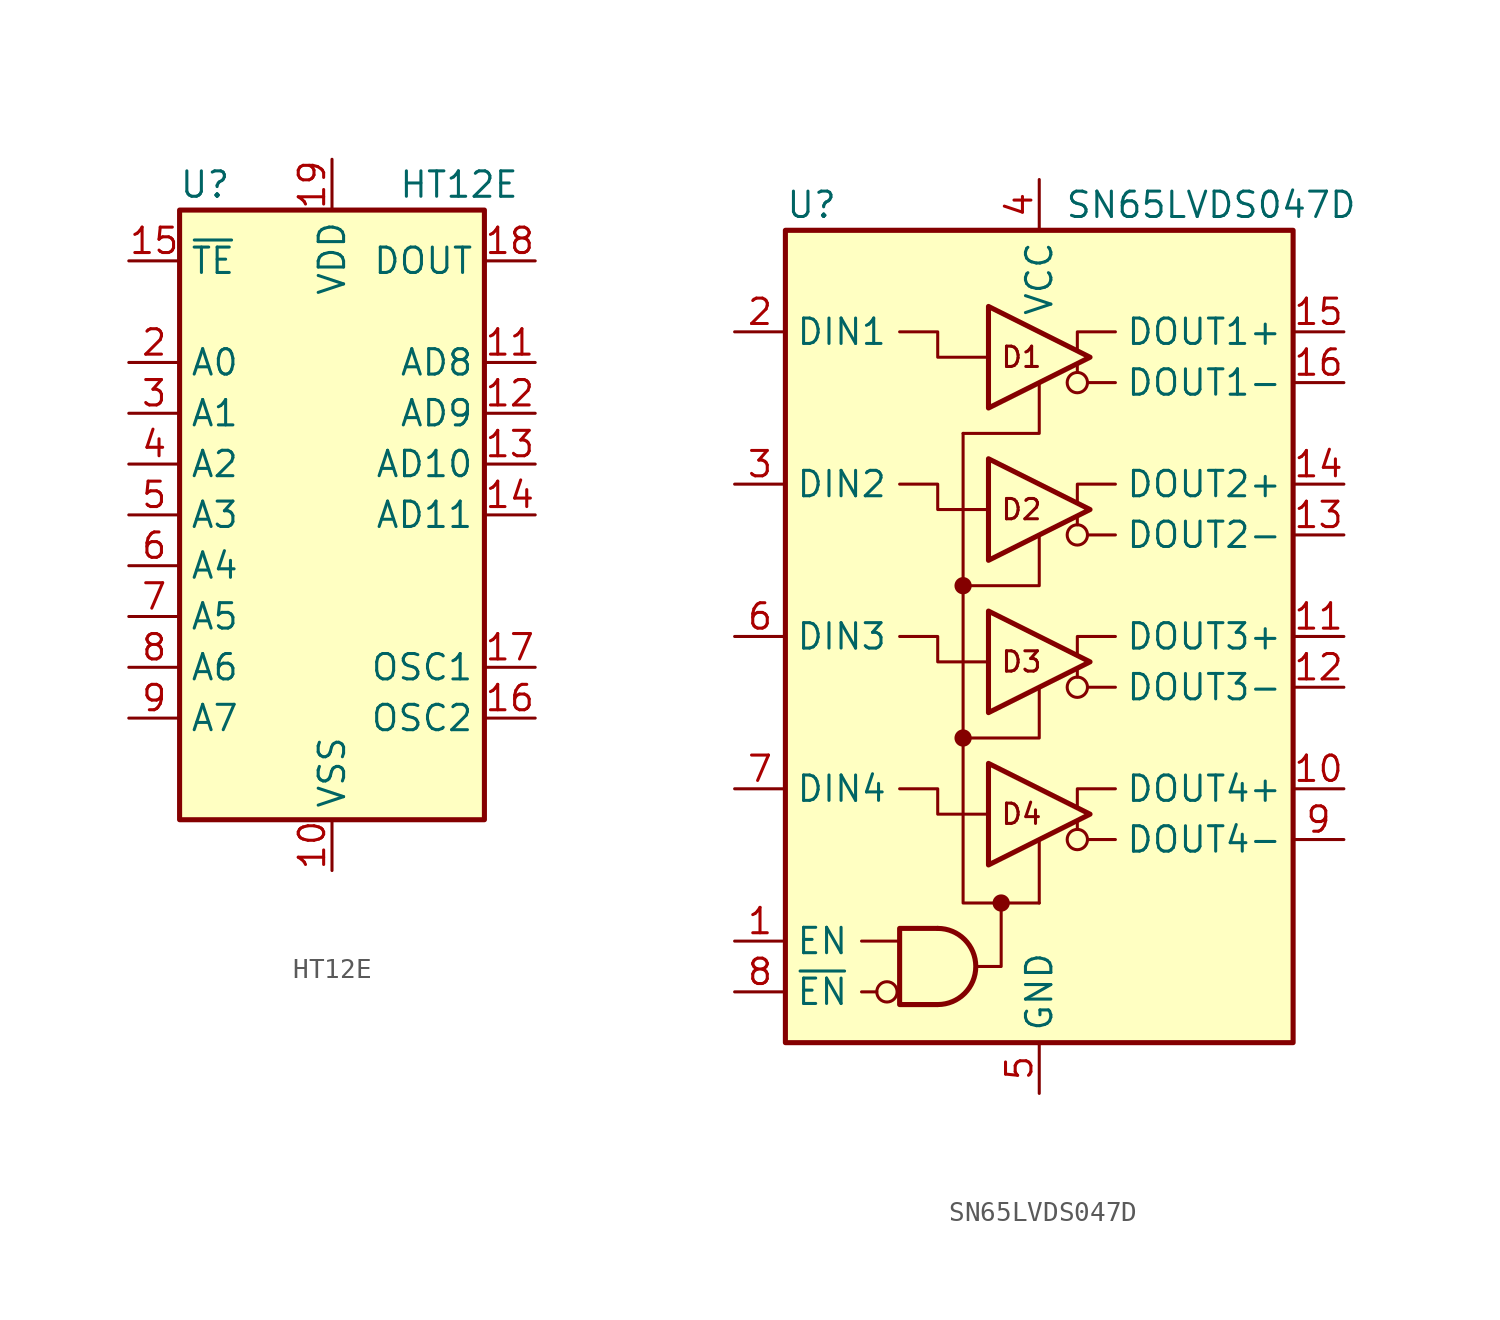
<source format=kicad_sym>
(kicad_symbol_lib
  (version 20200908)
  (generator kicad_symbol_editor)
  (symbol "Interface:HT12E"
    (property "Reference" "U"
      (at -6.35 16.51 0)
      (effects (font (size 1.27 1.27))))
    (property "Value" "HT12E"
      (at 6.35 16.51 0)
      (effects (font (size 1.27 1.27))))
    (symbol "HT12E_1_1"
      (rectangle (start -7.62 15.24) (end 7.62 -15.24) (stroke (width 0.254)) (fill (type background)))
      (pin unconnected line (at 7.62 -2.54 180) (length 2.54) hide (name "NC" (effects (font (size 1.27 1.27)))) (number "1" (effects (font (size 1.27 1.27)))))
      (pin power_in line (at 0 -17.78 90) (length 2.54) (name "VSS" (effects (font (size 1.27 1.27)))) (number "10" (effects (font (size 1.27 1.27)))))
      (pin output line (at 10.16 7.62 180) (length 2.54) (name "AD8" (effects (font (size 1.27 1.27)))) (number "11" (effects (font (size 1.27 1.27)))))
      (pin output line (at 10.16 5.08 180) (length 2.54) (name "AD9" (effects (font (size 1.27 1.27)))) (number "12" (effects (font (size 1.27 1.27)))))
      (pin output line (at 10.16 2.54 180) (length 2.54) (name "AD10" (effects (font (size 1.27 1.27)))) (number "13" (effects (font (size 1.27 1.27)))))
      (pin output line (at 10.16 0 180) (length 2.54) (name "AD11" (effects (font (size 1.27 1.27)))) (number "14" (effects (font (size 1.27 1.27)))))
      (pin input line (at -10.16 12.7 0) (length 2.54) (name "~TE" (effects (font (size 1.27 1.27)))) (number "15" (effects (font (size 1.27 1.27)))))
      (pin output line (at 10.16 -10.16 180) (length 2.54) (name "OSC2" (effects (font (size 1.27 1.27)))) (number "16" (effects (font (size 1.27 1.27)))))
      (pin input line (at 10.16 -7.62 180) (length 2.54) (name "OSC1" (effects (font (size 1.27 1.27)))) (number "17" (effects (font (size 1.27 1.27)))))
      (pin output line (at 10.16 12.7 180) (length 2.54) (name "DOUT" (effects (font (size 1.27 1.27)))) (number "18" (effects (font (size 1.27 1.27)))))
      (pin power_in line (at 0 17.78 270) (length 2.54) (name "VDD" (effects (font (size 1.27 1.27)))) (number "19" (effects (font (size 1.27 1.27)))))
      (pin input line (at -10.16 7.62 0) (length 2.54) (name "A0" (effects (font (size 1.27 1.27)))) (number "2" (effects (font (size 1.27 1.27)))))
      (pin unconnected line (at 7.62 -5.08 180) (length 2.54) hide (name "NC" (effects (font (size 1.27 1.27)))) (number "20" (effects (font (size 1.27 1.27)))))
      (pin input line (at -10.16 5.08 0) (length 2.54) (name "A1" (effects (font (size 1.27 1.27)))) (number "3" (effects (font (size 1.27 1.27)))))
      (pin input line (at -10.16 2.54 0) (length 2.54) (name "A2" (effects (font (size 1.27 1.27)))) (number "4" (effects (font (size 1.27 1.27)))))
      (pin input line (at -10.16 0 0) (length 2.54) (name "A3" (effects (font (size 1.27 1.27)))) (number "5" (effects (font (size 1.27 1.27)))))
      (pin input line (at -10.16 -2.54 0) (length 2.54) (name "A4" (effects (font (size 1.27 1.27)))) (number "6" (effects (font (size 1.27 1.27)))))
      (pin input line (at -10.16 -5.08 0) (length 2.54) (name "A5" (effects (font (size 1.27 1.27)))) (number "7" (effects (font (size 1.27 1.27)))))
      (pin input line (at -10.16 -7.62 0) (length 2.54) (name "A6" (effects (font (size 1.27 1.27)))) (number "8" (effects (font (size 1.27 1.27)))))
      (pin input line (at -10.16 -10.16 0) (length 2.54) (name "A7" (effects (font (size 1.27 1.27)))) (number "9" (effects (font (size 1.27 1.27)))))))
  (symbol "Interface:SN65LVDS047D"
    (property "Reference" "U"
      (at -12.7 21.59 0)
      (effects (font (size 1.27 1.27)) (justify left)))
    (property "Value" "SN65LVDS047D"
      (at 1.27 21.59 0)
      (effects (font (size 1.27 1.27)) (justify left)))
    (symbol "SN65LVDS047D_1_1"
      (arc (start -5.08 -18.415) (end -5.08 -14.605) (radius (at -5.08 -16.51) (length 1.905) (angles -89.9 89.9)) (stroke (width 0.254)) (fill (type none)))
      (polyline (pts (xy -8.89 -17.78) (xy -8.128 -17.78)) (stroke (width 0)) (fill (type none)))
      (polyline (pts (xy -8.89 -15.24) (xy -6.985 -15.24)) (stroke (width 0)) (fill (type none)))
      (polyline (pts (xy -5.08 -14.605) (xy -6.985 -14.605) (xy -6.985 -18.415) (xy -5.08 -18.415)) (stroke (width 0.254)) (fill (type none)))
      (polyline (pts (xy -2.54 -6.35) (xy -2.54 -11.43) (xy 2.54 -8.89) (xy -2.54 -6.35)) (stroke (width 0.254)) (fill (type none)))
      (polyline (pts (xy -2.54 1.27) (xy -2.54 -3.81) (xy 2.54 -1.27) (xy -2.54 1.27)) (stroke (width 0.254)) (fill (type none)))
      (polyline (pts (xy -2.54 8.89) (xy -2.54 3.81) (xy 2.54 6.35) (xy -2.54 8.89)) (stroke (width 0.254)) (fill (type none)))
      (polyline (pts (xy -2.54 16.51) (xy -2.54 11.43) (xy 2.54 13.97) (xy -2.54 16.51)) (stroke (width 0.254)) (fill (type none)))
      (pin input line (at -15.24 -15.24 0) (length 2.54) (name "EN" (effects (font (size 1.27 1.27)))) (number "1" (effects (font (size 1.27 1.27)))))
      (pin output line (at 15.24 -7.62 180) (length 2.54) (name "DOUT4+" (effects (font (size 1.27 1.27)))) (number "10" (effects (font (size 1.27 1.27)))))
      (pin output line (at 15.24 0 180) (length 2.54) (name "DOUT3+" (effects (font (size 1.27 1.27)))) (number "11" (effects (font (size 1.27 1.27)))))
      (pin output line (at 15.24 -2.54 180) (length 2.54) (name "DOUT3-" (effects (font (size 1.27 1.27)))) (number "12" (effects (font (size 1.27 1.27)))))
      (pin output line (at 15.24 5.08 180) (length 2.54) (name "DOUT2-" (effects (font (size 1.27 1.27)))) (number "13" (effects (font (size 1.27 1.27)))))
      (pin output line (at 15.24 7.62 180) (length 2.54) (name "DOUT2+" (effects (font (size 1.27 1.27)))) (number "14" (effects (font (size 1.27 1.27)))))
      (pin output line (at 15.24 15.24 180) (length 2.54) (name "DOUT1+" (effects (font (size 1.27 1.27)))) (number "15" (effects (font (size 1.27 1.27)))))
      (pin output line (at 15.24 12.7 180) (length 2.54) (name "DOUT1-" (effects (font (size 1.27 1.27)))) (number "16" (effects (font (size 1.27 1.27)))))
      (pin input line (at -15.24 15.24 0) (length 2.54) (name "DIN1" (effects (font (size 1.27 1.27)))) (number "2" (effects (font (size 1.27 1.27)))))
      (pin input line (at -15.24 7.62 0) (length 2.54) (name "DIN2" (effects (font (size 1.27 1.27)))) (number "3" (effects (font (size 1.27 1.27)))))
      (pin power_in line (at 0 22.86 270) (length 2.54) (name "VCC" (effects (font (size 1.27 1.27)))) (number "4" (effects (font (size 1.27 1.27)))))
      (pin power_in line (at 0 -22.86 90) (length 2.54) (name "GND" (effects (font (size 1.27 1.27)))) (number "5" (effects (font (size 1.27 1.27)))))
      (pin input line (at -15.24 0 0) (length 2.54) (name "DIN3" (effects (font (size 1.27 1.27)))) (number "6" (effects (font (size 1.27 1.27)))))
      (pin input line (at -15.24 -7.62 0) (length 2.54) (name "DIN4" (effects (font (size 1.27 1.27)))) (number "7" (effects (font (size 1.27 1.27)))))
      (pin input line (at -15.24 -17.78 0) (length 2.54) (name "~EN" (effects (font (size 1.27 1.27)))) (number "8" (effects (font (size 1.27 1.27)))))
      (pin output line (at 15.24 -10.16 180) (length 2.54) (name "DOUT4-" (effects (font (size 1.27 1.27)))) (number "9" (effects (font (size 1.27 1.27))))))
    (symbol "SN65LVDS047D_1_0"
      (circle (center -7.62 -17.78) (radius 0.508) (stroke (width 0)) (fill (type none)))
      (circle (center -3.81 -5.08) (radius 0.356) (stroke (width 0)) (fill (type outline)))
      (circle (center -3.81 2.54) (radius 0.356) (stroke (width 0)) (fill (type outline)))
      (circle (center -1.905 -13.335) (radius 0.356) (stroke (width 0)) (fill (type outline)))
      (circle (center 1.905 -10.16) (radius 0.508) (stroke (width 0)) (fill (type none)))
      (circle (center 1.905 -2.54) (radius 0.508) (stroke (width 0)) (fill (type none)))
      (circle (center 1.905 5.08) (radius 0.508) (stroke (width 0)) (fill (type none)))
      (circle (center 1.905 12.7) (radius 0.508) (stroke (width 0)) (fill (type none)))
      (text "D1" (at -0.889 13.97 0) (effects (font (size 1.016 1.016))))
      (text "D2" (at -0.889 6.35 0) (effects (font (size 1.016 1.016))))
      (text "D3" (at -0.889 -1.27 0) (effects (font (size 1.016 1.016))))
      (text "D4" (at -0.889 -8.89 0) (effects (font (size 1.016 1.016))))
      (rectangle (start -12.7 20.32) (end 12.7 -20.32) (stroke (width 0.254)) (fill (type background)))
      (polyline (pts (xy 0 -13.335) (xy 0 -10.16)) (stroke (width 0)) (fill (type none)))
      (polyline (pts (xy 3.81 -10.16) (xy 2.413 -10.16)) (stroke (width 0)) (fill (type none)))
      (polyline (pts (xy 3.81 -2.54) (xy 2.413 -2.54)) (stroke (width 0)) (fill (type none)))
      (polyline (pts (xy 3.81 5.08) (xy 2.413 5.08)) (stroke (width 0)) (fill (type none)))
      (polyline (pts (xy 3.81 12.7) (xy 2.413 12.7)) (stroke (width 0)) (fill (type none)))
      (polyline (pts (xy -3.81 -5.08) (xy 0 -5.08) (xy 0 -2.54)) (stroke (width 0)) (fill (type none)))
      (polyline (pts (xy -3.81 2.54) (xy 0 2.54) (xy 0 5.08)) (stroke (width 0)) (fill (type none)))
      (polyline (pts (xy 1.905 -8.509) (xy 1.905 -7.62) (xy 3.81 -7.62)) (stroke (width 0)) (fill (type none)))
      (polyline (pts (xy 1.905 6.731) (xy 1.905 7.62) (xy 3.81 7.62)) (stroke (width 0)) (fill (type none)))
      (polyline (pts (xy 1.905 14.351) (xy 1.905 15.24) (xy 3.81 15.24)) (stroke (width 0)) (fill (type none)))
      (polyline (pts (xy -2.54 -8.89) (xy -5.08 -8.89) (xy -5.08 -7.62) (xy -6.985 -7.62)) (stroke (width 0)) (fill (type none)))
      (polyline (pts (xy -2.54 -1.27) (xy -5.08 -1.27) (xy -5.08 0) (xy -6.985 0)) (stroke (width 0)) (fill (type none)))
      (polyline (pts (xy -2.54 6.35) (xy -5.08 6.35) (xy -5.08 7.62) (xy -6.985 7.62)) (stroke (width 0)) (fill (type none)))
      (polyline (pts (xy -2.54 13.97) (xy -5.08 13.97) (xy -5.08 15.24) (xy -6.985 15.24)) (stroke (width 0)) (fill (type none))))
    (symbol "SN65LVDS047D_0_1"
      (polyline (pts (xy 1.905 -9.652) (xy 1.905 -9.271)) (stroke (width 0)) (fill (type none)))
      (polyline (pts (xy 1.905 -2.032) (xy 1.905 -1.651)) (stroke (width 0)) (fill (type none)))
      (polyline (pts (xy 1.905 5.588) (xy 1.905 5.969)) (stroke (width 0)) (fill (type none)))
      (polyline (pts (xy 1.905 13.208) (xy 1.905 13.589)) (stroke (width 0)) (fill (type none)))
      (polyline (pts (xy 0 12.7) (xy 0 10.16) (xy -3.81 10.16)) (stroke (width 0)) (fill (type none)))
      (polyline (pts (xy 3.81 0) (xy 1.905 0) (xy 1.905 -0.889)) (stroke (width 0)) (fill (type none)))
      (polyline (pts (xy -1.905 -13.335) (xy -1.905 -16.51) (xy -2.54 -16.51) (xy -3.175 -16.51)) (stroke (width 0)) (fill (type none)))
      (polyline (pts (xy 0 -13.335) (xy -2.54 -13.335) (xy -3.81 -13.335) (xy -3.81 10.16)) (stroke (width 0)) (fill (type none))))))
</source>
